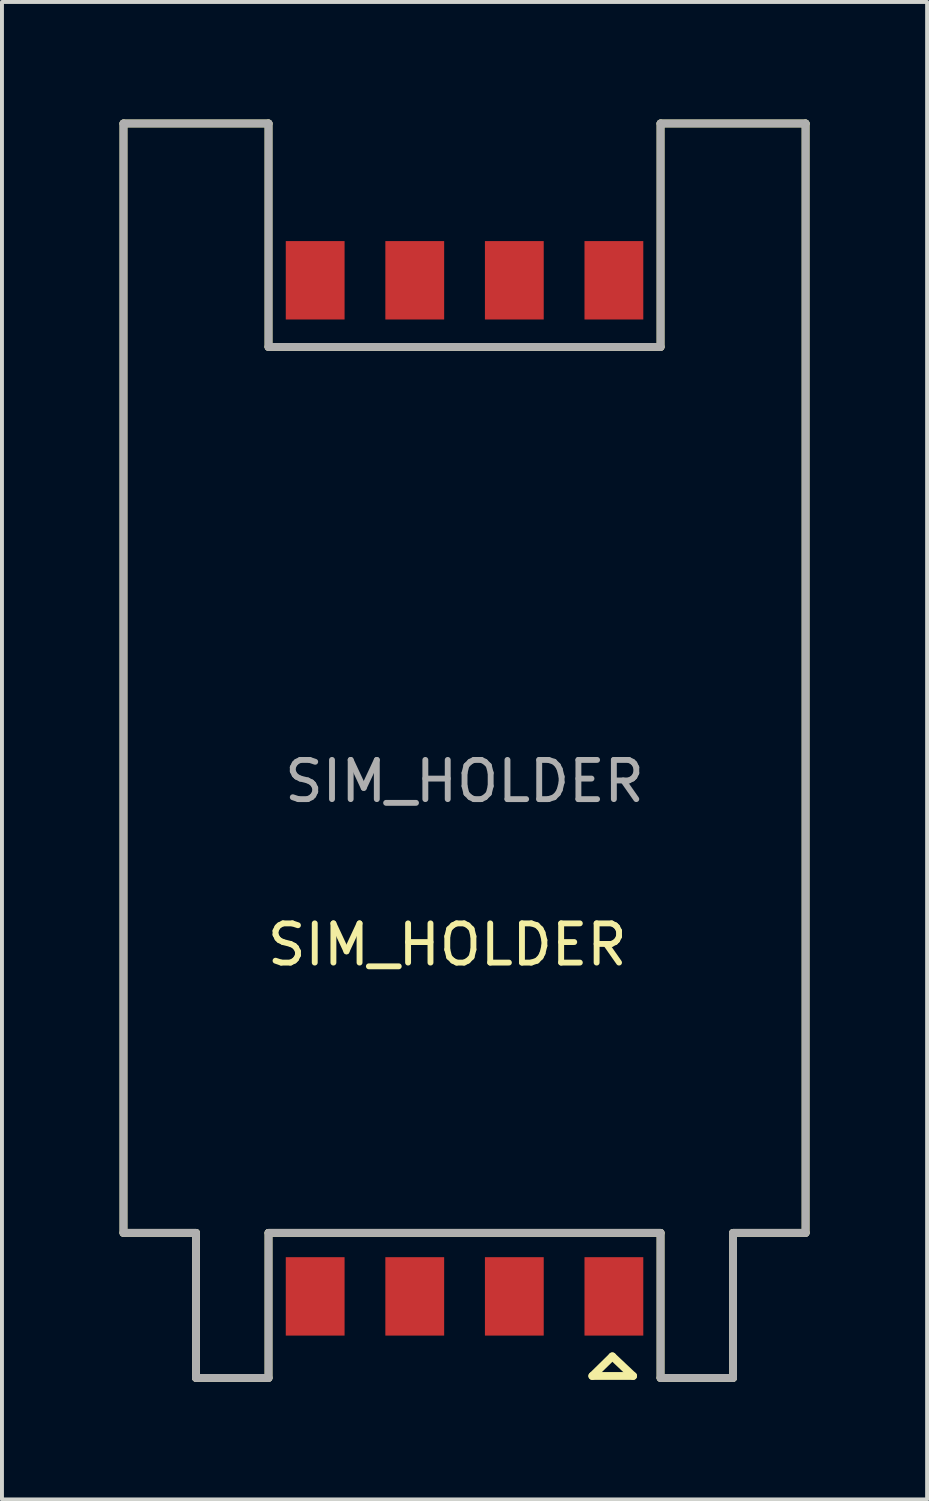
<source format=kicad_pcb>
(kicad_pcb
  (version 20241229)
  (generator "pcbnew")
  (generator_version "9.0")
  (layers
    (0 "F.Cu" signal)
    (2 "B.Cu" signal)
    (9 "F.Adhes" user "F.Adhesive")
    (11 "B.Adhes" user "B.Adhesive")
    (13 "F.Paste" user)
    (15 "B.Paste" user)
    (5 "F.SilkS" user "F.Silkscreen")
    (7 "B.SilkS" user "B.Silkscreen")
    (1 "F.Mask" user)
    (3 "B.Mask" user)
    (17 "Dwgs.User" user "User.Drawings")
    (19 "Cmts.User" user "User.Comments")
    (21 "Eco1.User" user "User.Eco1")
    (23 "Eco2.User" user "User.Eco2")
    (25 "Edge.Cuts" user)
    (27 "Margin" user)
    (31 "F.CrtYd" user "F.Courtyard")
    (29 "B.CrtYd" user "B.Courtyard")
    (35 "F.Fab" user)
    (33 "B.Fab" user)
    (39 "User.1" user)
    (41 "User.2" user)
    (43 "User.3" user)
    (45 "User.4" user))
  (footprint "SIM_HOLDER"
    (layer "F.Cu")
    (at 8.8 30.1)
    (property "Reference" "SIM_HOLDER" (at -0.44 -9.05 0) (layer "F.SilkS") (effects (font (size 1 1) (thickness 0.15))))
    (attr through_hole)
    (fp_line (start -8.7 -30) (end -8.7 -1.7) (stroke (width 0.2) (type solid)) (layer "F.SilkS"))
    (fp_line (start -8.7 -30) (end -5 -30) (stroke (width 0.2) (type solid)) (layer "F.SilkS"))
    (fp_line (start -8.7 -1.7) (end -6.85 -1.7) (stroke (width 0.2) (type solid)) (layer "F.SilkS"))
    (fp_line (start -6.85 2) (end -6.85 -1.7) (stroke (width 0.2) (type solid)) (layer "F.SilkS"))
    (fp_line (start -6.85 2) (end -5 2) (stroke (width 0.2) (type solid)) (layer "F.SilkS"))
    (fp_line (start -5 -30) (end -5 -24.3) (stroke (width 0.2) (type solid)) (layer "F.SilkS"))
    (fp_line (start -5 -24.3) (end 5 -24.3) (stroke (width 0.2) (type solid)) (layer "F.SilkS"))
    (fp_line (start -5 -1.7) (end 5 -1.7) (stroke (width 0.2) (type solid)) (layer "F.SilkS"))
    (fp_line (start -5 2) (end -5 -1.7) (stroke (width 0.2) (type solid)) (layer "F.SilkS"))
    (fp_line (start 3.26 1.95) (end 3.77 1.45) (stroke (width 0.2) (type solid)) (layer "F.SilkS"))
    (fp_line (start 3.26 1.95) (end 4.3 1.95) (stroke (width 0.2) (type solid)) (layer "F.SilkS"))
    (fp_line (start 4.3 1.95) (end 3.77 1.45) (stroke (width 0.2) (type solid)) (layer "F.SilkS"))
    (fp_line (start 5 -30) (end 5 -24.3) (stroke (width 0.2) (type solid)) (layer "F.SilkS"))
    (fp_line (start 5 -30) (end 8.7 -30) (stroke (width 0.2) (type solid)) (layer "F.SilkS"))
    (fp_line (start 5 -1.7) (end 5 2) (stroke (width 0.2) (type solid)) (layer "F.SilkS"))
    (fp_line (start 5 2) (end 6.85 2) (stroke (width 0.2) (type solid)) (layer "F.SilkS"))
    (fp_line (start 6.85 -1.7) (end 6.85 2) (stroke (width 0.2) (type solid)) (layer "F.SilkS"))
    (fp_line (start 6.85 -1.7) (end 8.7 -1.7) (stroke (width 0.2) (type solid)) (layer "F.SilkS"))
    (fp_line (start 8.7 -1.7) (end 8.7 -30) (stroke (width 0.2) (type solid)) (layer "F.SilkS"))
    (fp_line (start -8.7 -30) (end -8.7 -1.7) (stroke (width 0.2) (type solid)) (layer "F.Fab"))
    (fp_line (start -8.7 -30) (end -5 -30) (stroke (width 0.2) (type solid)) (layer "F.Fab"))
    (fp_line (start -8.7 -1.7) (end -6.85 -1.7) (stroke (width 0.2) (type solid)) (layer "F.Fab"))
    (fp_line (start -6.85 2) (end -6.85 -1.7) (stroke (width 0.2) (type solid)) (layer "F.Fab"))
    (fp_line (start -6.85 2) (end -5 2) (stroke (width 0.2) (type solid)) (layer "F.Fab"))
    (fp_line (start -5 -30) (end -5 -24.3) (stroke (width 0.2) (type solid)) (layer "F.Fab"))
    (fp_line (start -5 -24.3) (end 5 -24.3) (stroke (width 0.2) (type solid)) (layer "F.Fab"))
    (fp_line (start -5 -1.7) (end 5 -1.7) (stroke (width 0.2) (type solid)) (layer "F.Fab"))
    (fp_line (start -5 2) (end -5 -1.7) (stroke (width 0.2) (type solid)) (layer "F.Fab"))
    (fp_line (start 5 -30) (end 5 -24.3) (stroke (width 0.2) (type solid)) (layer "F.Fab"))
    (fp_line (start 5 -30) (end 8.7 -30) (stroke (width 0.2) (type solid)) (layer "F.Fab"))
    (fp_line (start 5 -1.7) (end 5 2) (stroke (width 0.2) (type solid)) (layer "F.Fab"))
    (fp_line (start 5 2) (end 6.85 2) (stroke (width 0.2) (type solid)) (layer "F.Fab"))
    (fp_line (start 6.85 -1.7) (end 6.85 2) (stroke (width 0.2) (type solid)) (layer "F.Fab"))
    (fp_line (start 6.85 -1.7) (end 8.7 -1.7) (stroke (width 0.2) (type solid)) (layer "F.Fab"))
    (fp_line (start 8.7 -1.7) (end 8.7 -30) (stroke (width 0.2) (type solid)) (layer "F.Fab"))
    (fp_text user "${REFERENCE}" (at 0 -13.22 0) (layer "F.Fab") (effects (font (size 1 1) (thickness 0.15))))
    (pad "1" smd rect (at 3.81 -0.08) (size 1.5 2) (layers "F.Cu" "F.Mask" "F.Paste"))
    (pad "2" smd rect (at 1.27 -0.08) (size 1.5 2) (layers "F.Cu" "F.Mask" "F.Paste"))
    (pad "3" smd rect (at -1.27 -0.08) (size 1.5 2) (layers "F.Cu" "F.Mask" "F.Paste"))
    (pad "4" smd rect (at -3.81 -0.08) (size 1.5 2) (layers "F.Cu" "F.Mask" "F.Paste"))
    (pad "5" smd rect (at 3.81 -26) (size 1.5 2) (layers "F.Cu" "F.Mask" "F.Paste"))
    (pad "6" smd rect (at 1.27 -26) (size 1.5 2) (layers "F.Cu" "F.Mask" "F.Paste"))
    (pad "7" smd rect (at -1.27 -26) (size 1.5 2) (layers "F.Cu" "F.Mask" "F.Paste"))
    (pad "8" smd rect (at -3.81 -26) (size 1.5 2) (layers "F.Cu" "F.Mask" "F.Paste")))
  (gr_rect
    (start -3 -3)
    (end 20.6 35.2)
    (stroke (width 0.1) (type default))
    (fill no)
    (layer "Edge.Cuts")))
</source>
